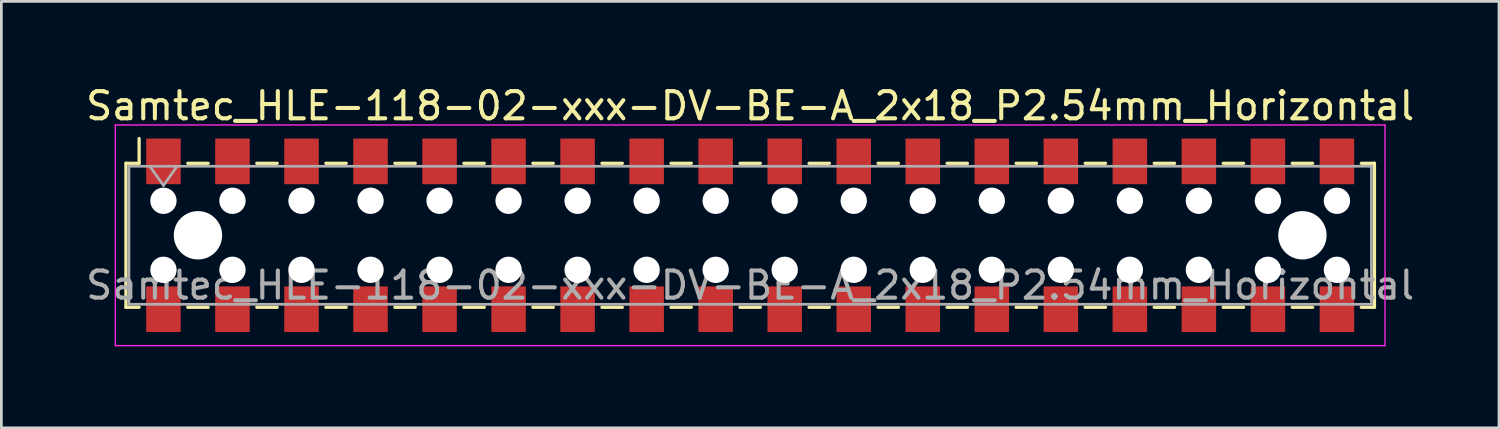
<source format=kicad_pcb>
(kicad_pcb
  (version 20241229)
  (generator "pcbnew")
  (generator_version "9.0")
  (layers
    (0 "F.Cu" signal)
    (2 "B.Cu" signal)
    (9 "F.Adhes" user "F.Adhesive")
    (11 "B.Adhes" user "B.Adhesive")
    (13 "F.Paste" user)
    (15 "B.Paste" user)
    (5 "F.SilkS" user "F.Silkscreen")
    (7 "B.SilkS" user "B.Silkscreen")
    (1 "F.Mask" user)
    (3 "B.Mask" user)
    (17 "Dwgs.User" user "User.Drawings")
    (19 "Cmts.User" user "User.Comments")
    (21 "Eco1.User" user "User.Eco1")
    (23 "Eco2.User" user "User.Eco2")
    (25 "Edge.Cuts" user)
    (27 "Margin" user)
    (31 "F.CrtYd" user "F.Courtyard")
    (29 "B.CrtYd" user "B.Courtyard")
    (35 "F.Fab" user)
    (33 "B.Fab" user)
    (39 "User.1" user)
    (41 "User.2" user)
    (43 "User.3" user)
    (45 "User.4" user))
  (footprint "Samtec_HLE-118-02-xxx-DV-BE-A_2x18_P2.54mm_Horizontal"
    (layer "F.Cu")
    (at 24.554 5.608)
    (property "Reference" "Samtec_HLE-118-02-xxx-DV-BE-A_2x18_P2.54mm_Horizontal" (at 0 -4.76 0) (layer "F.SilkS") (effects (font (size 1 1) (thickness 0.15))))
    (attr smd)
    (fp_line (start -22.97 -2.65) (end -22.97 2.65) (stroke (width 0.12) (type solid)) (layer "F.SilkS"))
    (fp_line (start -22.97 2.65) (end -22.485 2.65) (stroke (width 0.12) (type solid)) (layer "F.SilkS"))
    (fp_line (start -22.485 -3.56) (end -22.485 -2.65) (stroke (width 0.12) (type solid)) (layer "F.SilkS"))
    (fp_line (start -22.485 -2.65) (end -22.97 -2.65) (stroke (width 0.12) (type solid)) (layer "F.SilkS"))
    (fp_line (start -20.695 -2.65) (end -19.945 -2.65) (stroke (width 0.12) (type solid)) (layer "F.SilkS"))
    (fp_line (start -20.695 2.65) (end -19.945 2.65) (stroke (width 0.12) (type solid)) (layer "F.SilkS"))
    (fp_line (start -18.155 -2.65) (end -17.405 -2.65) (stroke (width 0.12) (type solid)) (layer "F.SilkS"))
    (fp_line (start -18.155 2.65) (end -17.405 2.65) (stroke (width 0.12) (type solid)) (layer "F.SilkS"))
    (fp_line (start -15.615 -2.65) (end -14.865 -2.65) (stroke (width 0.12) (type solid)) (layer "F.SilkS"))
    (fp_line (start -15.615 2.65) (end -14.865 2.65) (stroke (width 0.12) (type solid)) (layer "F.SilkS"))
    (fp_line (start -13.075 -2.65) (end -12.325 -2.65) (stroke (width 0.12) (type solid)) (layer "F.SilkS"))
    (fp_line (start -13.075 2.65) (end -12.325 2.65) (stroke (width 0.12) (type solid)) (layer "F.SilkS"))
    (fp_line (start -10.535 -2.65) (end -9.785 -2.65) (stroke (width 0.12) (type solid)) (layer "F.SilkS"))
    (fp_line (start -10.535 2.65) (end -9.785 2.65) (stroke (width 0.12) (type solid)) (layer "F.SilkS"))
    (fp_line (start -7.995 -2.65) (end -7.245 -2.65) (stroke (width 0.12) (type solid)) (layer "F.SilkS"))
    (fp_line (start -7.995 2.65) (end -7.245 2.65) (stroke (width 0.12) (type solid)) (layer "F.SilkS"))
    (fp_line (start -5.455 -2.65) (end -4.705 -2.65) (stroke (width 0.12) (type solid)) (layer "F.SilkS"))
    (fp_line (start -5.455 2.65) (end -4.705 2.65) (stroke (width 0.12) (type solid)) (layer "F.SilkS"))
    (fp_line (start -2.915 -2.65) (end -2.165 -2.65) (stroke (width 0.12) (type solid)) (layer "F.SilkS"))
    (fp_line (start -2.915 2.65) (end -2.165 2.65) (stroke (width 0.12) (type solid)) (layer "F.SilkS"))
    (fp_line (start -0.375 -2.65) (end 0.375 -2.65) (stroke (width 0.12) (type solid)) (layer "F.SilkS"))
    (fp_line (start -0.375 2.65) (end 0.375 2.65) (stroke (width 0.12) (type solid)) (layer "F.SilkS"))
    (fp_line (start 2.165 -2.65) (end 2.915 -2.65) (stroke (width 0.12) (type solid)) (layer "F.SilkS"))
    (fp_line (start 2.165 2.65) (end 2.915 2.65) (stroke (width 0.12) (type solid)) (layer "F.SilkS"))
    (fp_line (start 4.705 -2.65) (end 5.455 -2.65) (stroke (width 0.12) (type solid)) (layer "F.SilkS"))
    (fp_line (start 4.705 2.65) (end 5.455 2.65) (stroke (width 0.12) (type solid)) (layer "F.SilkS"))
    (fp_line (start 7.245 -2.65) (end 7.995 -2.65) (stroke (width 0.12) (type solid)) (layer "F.SilkS"))
    (fp_line (start 7.245 2.65) (end 7.995 2.65) (stroke (width 0.12) (type solid)) (layer "F.SilkS"))
    (fp_line (start 9.785 -2.65) (end 10.535 -2.65) (stroke (width 0.12) (type solid)) (layer "F.SilkS"))
    (fp_line (start 9.785 2.65) (end 10.535 2.65) (stroke (width 0.12) (type solid)) (layer "F.SilkS"))
    (fp_line (start 12.325 -2.65) (end 13.075 -2.65) (stroke (width 0.12) (type solid)) (layer "F.SilkS"))
    (fp_line (start 12.325 2.65) (end 13.075 2.65) (stroke (width 0.12) (type solid)) (layer "F.SilkS"))
    (fp_line (start 14.865 -2.65) (end 15.615 -2.65) (stroke (width 0.12) (type solid)) (layer "F.SilkS"))
    (fp_line (start 14.865 2.65) (end 15.615 2.65) (stroke (width 0.12) (type solid)) (layer "F.SilkS"))
    (fp_line (start 17.405 -2.65) (end 18.155 -2.65) (stroke (width 0.12) (type solid)) (layer "F.SilkS"))
    (fp_line (start 17.405 2.65) (end 18.155 2.65) (stroke (width 0.12) (type solid)) (layer "F.SilkS"))
    (fp_line (start 19.945 -2.65) (end 20.695 -2.65) (stroke (width 0.12) (type solid)) (layer "F.SilkS"))
    (fp_line (start 19.945 2.65) (end 20.695 2.65) (stroke (width 0.12) (type solid)) (layer "F.SilkS"))
    (fp_line (start 22.485 -2.65) (end 22.97 -2.65) (stroke (width 0.12) (type solid)) (layer "F.SilkS"))
    (fp_line (start 22.97 -2.65) (end 22.97 2.65) (stroke (width 0.12) (type solid)) (layer "F.SilkS"))
    (fp_line (start 22.97 2.65) (end 22.485 2.65) (stroke (width 0.12) (type solid)) (layer "F.SilkS"))
    (fp_line (start -23.36 -4.06) (end 23.36 -4.06) (stroke (width 0.05) (type solid)) (layer "F.CrtYd"))
    (fp_line (start -23.36 4.06) (end -23.36 -4.06) (stroke (width 0.05) (type solid)) (layer "F.CrtYd"))
    (fp_line (start 23.36 -4.06) (end 23.36 4.06) (stroke (width 0.05) (type solid)) (layer "F.CrtYd"))
    (fp_line (start 23.36 4.06) (end -23.36 4.06) (stroke (width 0.05) (type solid)) (layer "F.CrtYd"))
    (fp_line (start -22.86 -2.54) (end 22.86 -2.54) (stroke (width 0.1) (type solid)) (layer "F.Fab"))
    (fp_line (start -22.86 2.54) (end -22.86 -2.54) (stroke (width 0.1) (type solid)) (layer "F.Fab"))
    (fp_line (start -22.09 -2.54) (end -21.59 -1.833) (stroke (width 0.1) (type solid)) (layer "F.Fab"))
    (fp_line (start -21.59 -1.833) (end -21.09 -2.54) (stroke (width 0.1) (type solid)) (layer "F.Fab"))
    (fp_line (start 22.86 -2.54) (end 22.86 2.54) (stroke (width 0.1) (type solid)) (layer "F.Fab"))
    (fp_line (start 22.86 2.54) (end -22.86 2.54) (stroke (width 0.1) (type solid)) (layer "F.Fab"))
    (fp_text user "${REFERENCE}" (at 0 1.84 0) (layer "F.Fab") (effects (font (size 1 1) (thickness 0.15))))
    (pad "" np_thru_hole circle (at -21.59 -1.27) (size 0.97 0.97) (drill 0.97) (layers "*.Cu" "*.Mask"))
    (pad "" np_thru_hole circle (at -21.59 1.27) (size 0.97 0.97) (drill 0.97) (layers "*.Cu" "*.Mask"))
    (pad "" np_thru_hole circle (at -20.32 0) (size 1.78 1.78) (drill 1.78) (layers "*.Cu" "*.Mask"))
    (pad "" np_thru_hole circle (at -19.05 -1.27) (size 0.97 0.97) (drill 0.97) (layers "*.Cu" "*.Mask"))
    (pad "" np_thru_hole circle (at -19.05 1.27) (size 0.97 0.97) (drill 0.97) (layers "*.Cu" "*.Mask"))
    (pad "" np_thru_hole circle (at -16.51 -1.27) (size 0.97 0.97) (drill 0.97) (layers "*.Cu" "*.Mask"))
    (pad "" np_thru_hole circle (at -16.51 1.27) (size 0.97 0.97) (drill 0.97) (layers "*.Cu" "*.Mask"))
    (pad "" np_thru_hole circle (at -13.97 -1.27) (size 0.97 0.97) (drill 0.97) (layers "*.Cu" "*.Mask"))
    (pad "" np_thru_hole circle (at -13.97 1.27) (size 0.97 0.97) (drill 0.97) (layers "*.Cu" "*.Mask"))
    (pad "" np_thru_hole circle (at -11.43 -1.27) (size 0.97 0.97) (drill 0.97) (layers "*.Cu" "*.Mask"))
    (pad "" np_thru_hole circle (at -11.43 1.27) (size 0.97 0.97) (drill 0.97) (layers "*.Cu" "*.Mask"))
    (pad "" np_thru_hole circle (at -8.89 -1.27) (size 0.97 0.97) (drill 0.97) (layers "*.Cu" "*.Mask"))
    (pad "" np_thru_hole circle (at -8.89 1.27) (size 0.97 0.97) (drill 0.97) (layers "*.Cu" "*.Mask"))
    (pad "" np_thru_hole circle (at -6.35 -1.27) (size 0.97 0.97) (drill 0.97) (layers "*.Cu" "*.Mask"))
    (pad "" np_thru_hole circle (at -6.35 1.27) (size 0.97 0.97) (drill 0.97) (layers "*.Cu" "*.Mask"))
    (pad "" np_thru_hole circle (at -3.81 -1.27) (size 0.97 0.97) (drill 0.97) (layers "*.Cu" "*.Mask"))
    (pad "" np_thru_hole circle (at -3.81 1.27) (size 0.97 0.97) (drill 0.97) (layers "*.Cu" "*.Mask"))
    (pad "" np_thru_hole circle (at -1.27 -1.27) (size 0.97 0.97) (drill 0.97) (layers "*.Cu" "*.Mask"))
    (pad "" np_thru_hole circle (at -1.27 1.27) (size 0.97 0.97) (drill 0.97) (layers "*.Cu" "*.Mask"))
    (pad "" np_thru_hole circle (at 1.27 -1.27) (size 0.97 0.97) (drill 0.97) (layers "*.Cu" "*.Mask"))
    (pad "" np_thru_hole circle (at 1.27 1.27) (size 0.97 0.97) (drill 0.97) (layers "*.Cu" "*.Mask"))
    (pad "" np_thru_hole circle (at 3.81 -1.27) (size 0.97 0.97) (drill 0.97) (layers "*.Cu" "*.Mask"))
    (pad "" np_thru_hole circle (at 3.81 1.27) (size 0.97 0.97) (drill 0.97) (layers "*.Cu" "*.Mask"))
    (pad "" np_thru_hole circle (at 6.35 -1.27) (size 0.97 0.97) (drill 0.97) (layers "*.Cu" "*.Mask"))
    (pad "" np_thru_hole circle (at 6.35 1.27) (size 0.97 0.97) (drill 0.97) (layers "*.Cu" "*.Mask"))
    (pad "" np_thru_hole circle (at 8.89 -1.27) (size 0.97 0.97) (drill 0.97) (layers "*.Cu" "*.Mask"))
    (pad "" np_thru_hole circle (at 8.89 1.27) (size 0.97 0.97) (drill 0.97) (layers "*.Cu" "*.Mask"))
    (pad "" np_thru_hole circle (at 11.43 -1.27) (size 0.97 0.97) (drill 0.97) (layers "*.Cu" "*.Mask"))
    (pad "" np_thru_hole circle (at 11.43 1.27) (size 0.97 0.97) (drill 0.97) (layers "*.Cu" "*.Mask"))
    (pad "" np_thru_hole circle (at 13.97 -1.27) (size 0.97 0.97) (drill 0.97) (layers "*.Cu" "*.Mask"))
    (pad "" np_thru_hole circle (at 13.97 1.27) (size 0.97 0.97) (drill 0.97) (layers "*.Cu" "*.Mask"))
    (pad "" np_thru_hole circle (at 16.51 -1.27) (size 0.97 0.97) (drill 0.97) (layers "*.Cu" "*.Mask"))
    (pad "" np_thru_hole circle (at 16.51 1.27) (size 0.97 0.97) (drill 0.97) (layers "*.Cu" "*.Mask"))
    (pad "" np_thru_hole circle (at 19.05 -1.27) (size 0.97 0.97) (drill 0.97) (layers "*.Cu" "*.Mask"))
    (pad "" np_thru_hole circle (at 19.05 1.27) (size 0.97 0.97) (drill 0.97) (layers "*.Cu" "*.Mask"))
    (pad "" np_thru_hole circle (at 20.32 0) (size 1.78 1.78) (drill 1.78) (layers "*.Cu" "*.Mask"))
    (pad "" np_thru_hole circle (at 21.59 -1.27) (size 0.97 0.97) (drill 0.97) (layers "*.Cu" "*.Mask"))
    (pad "" np_thru_hole circle (at 21.59 1.27) (size 0.97 0.97) (drill 0.97) (layers "*.Cu" "*.Mask"))
    (pad "1" smd rect (at -21.59 -2.72) (size 1.27 1.68) (layers "F.Cu" "F.Mask" "F.Paste"))
    (pad "2" smd rect (at -21.59 2.72) (size 1.27 1.68) (layers "F.Cu" "F.Mask" "F.Paste"))
    (pad "3" smd rect (at -19.05 -2.72) (size 1.27 1.68) (layers "F.Cu" "F.Mask" "F.Paste"))
    (pad "4" smd rect (at -19.05 2.72) (size 1.27 1.68) (layers "F.Cu" "F.Mask" "F.Paste"))
    (pad "5" smd rect (at -16.51 -2.72) (size 1.27 1.68) (layers "F.Cu" "F.Mask" "F.Paste"))
    (pad "6" smd rect (at -16.51 2.72) (size 1.27 1.68) (layers "F.Cu" "F.Mask" "F.Paste"))
    (pad "7" smd rect (at -13.97 -2.72) (size 1.27 1.68) (layers "F.Cu" "F.Mask" "F.Paste"))
    (pad "8" smd rect (at -13.97 2.72) (size 1.27 1.68) (layers "F.Cu" "F.Mask" "F.Paste"))
    (pad "9" smd rect (at -11.43 -2.72) (size 1.27 1.68) (layers "F.Cu" "F.Mask" "F.Paste"))
    (pad "10" smd rect (at -11.43 2.72) (size 1.27 1.68) (layers "F.Cu" "F.Mask" "F.Paste"))
    (pad "11" smd rect (at -8.89 -2.72) (size 1.27 1.68) (layers "F.Cu" "F.Mask" "F.Paste"))
    (pad "12" smd rect (at -8.89 2.72) (size 1.27 1.68) (layers "F.Cu" "F.Mask" "F.Paste"))
    (pad "13" smd rect (at -6.35 -2.72) (size 1.27 1.68) (layers "F.Cu" "F.Mask" "F.Paste"))
    (pad "14" smd rect (at -6.35 2.72) (size 1.27 1.68) (layers "F.Cu" "F.Mask" "F.Paste"))
    (pad "15" smd rect (at -3.81 -2.72) (size 1.27 1.68) (layers "F.Cu" "F.Mask" "F.Paste"))
    (pad "16" smd rect (at -3.81 2.72) (size 1.27 1.68) (layers "F.Cu" "F.Mask" "F.Paste"))
    (pad "17" smd rect (at -1.27 -2.72) (size 1.27 1.68) (layers "F.Cu" "F.Mask" "F.Paste"))
    (pad "18" smd rect (at -1.27 2.72) (size 1.27 1.68) (layers "F.Cu" "F.Mask" "F.Paste"))
    (pad "19" smd rect (at 1.27 -2.72) (size 1.27 1.68) (layers "F.Cu" "F.Mask" "F.Paste"))
    (pad "20" smd rect (at 1.27 2.72) (size 1.27 1.68) (layers "F.Cu" "F.Mask" "F.Paste"))
    (pad "21" smd rect (at 3.81 -2.72) (size 1.27 1.68) (layers "F.Cu" "F.Mask" "F.Paste"))
    (pad "22" smd rect (at 3.81 2.72) (size 1.27 1.68) (layers "F.Cu" "F.Mask" "F.Paste"))
    (pad "23" smd rect (at 6.35 -2.72) (size 1.27 1.68) (layers "F.Cu" "F.Mask" "F.Paste"))
    (pad "24" smd rect (at 6.35 2.72) (size 1.27 1.68) (layers "F.Cu" "F.Mask" "F.Paste"))
    (pad "25" smd rect (at 8.89 -2.72) (size 1.27 1.68) (layers "F.Cu" "F.Mask" "F.Paste"))
    (pad "26" smd rect (at 8.89 2.72) (size 1.27 1.68) (layers "F.Cu" "F.Mask" "F.Paste"))
    (pad "27" smd rect (at 11.43 -2.72) (size 1.27 1.68) (layers "F.Cu" "F.Mask" "F.Paste"))
    (pad "28" smd rect (at 11.43 2.72) (size 1.27 1.68) (layers "F.Cu" "F.Mask" "F.Paste"))
    (pad "29" smd rect (at 13.97 -2.72) (size 1.27 1.68) (layers "F.Cu" "F.Mask" "F.Paste"))
    (pad "30" smd rect (at 13.97 2.72) (size 1.27 1.68) (layers "F.Cu" "F.Mask" "F.Paste"))
    (pad "31" smd rect (at 16.51 -2.72) (size 1.27 1.68) (layers "F.Cu" "F.Mask" "F.Paste"))
    (pad "32" smd rect (at 16.51 2.72) (size 1.27 1.68) (layers "F.Cu" "F.Mask" "F.Paste"))
    (pad "33" smd rect (at 19.05 -2.72) (size 1.27 1.68) (layers "F.Cu" "F.Mask" "F.Paste"))
    (pad "34" smd rect (at 19.05 2.72) (size 1.27 1.68) (layers "F.Cu" "F.Mask" "F.Paste"))
    (pad "35" smd rect (at 21.59 -2.72) (size 1.27 1.68) (layers "F.Cu" "F.Mask" "F.Paste"))
    (pad "36" smd rect (at 21.59 2.72) (size 1.27 1.68) (layers "F.Cu" "F.Mask" "F.Paste")))
  (gr_rect
    (start -3 -3)
    (end 52.107 12.693)
    (stroke (width 0.1) (type default))
    (fill no)
    (layer "Edge.Cuts")))
</source>
